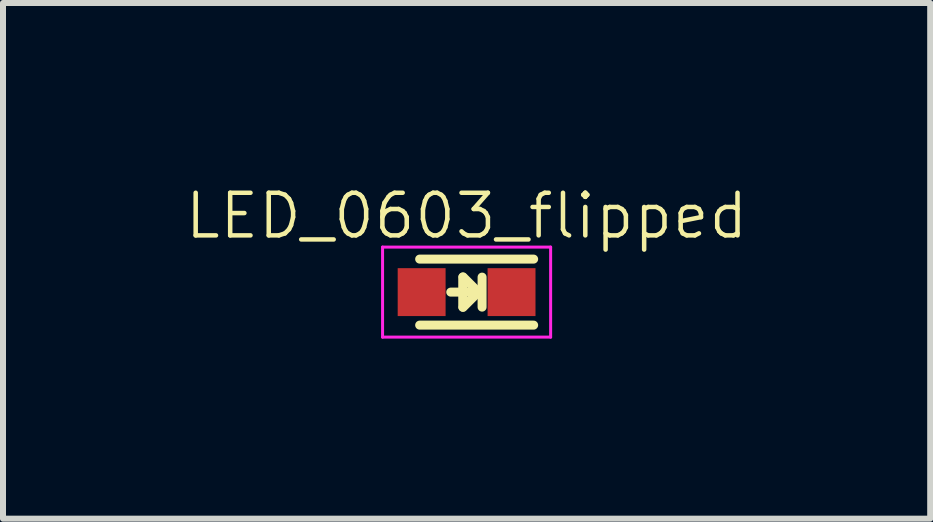
<source format=kicad_pcb>
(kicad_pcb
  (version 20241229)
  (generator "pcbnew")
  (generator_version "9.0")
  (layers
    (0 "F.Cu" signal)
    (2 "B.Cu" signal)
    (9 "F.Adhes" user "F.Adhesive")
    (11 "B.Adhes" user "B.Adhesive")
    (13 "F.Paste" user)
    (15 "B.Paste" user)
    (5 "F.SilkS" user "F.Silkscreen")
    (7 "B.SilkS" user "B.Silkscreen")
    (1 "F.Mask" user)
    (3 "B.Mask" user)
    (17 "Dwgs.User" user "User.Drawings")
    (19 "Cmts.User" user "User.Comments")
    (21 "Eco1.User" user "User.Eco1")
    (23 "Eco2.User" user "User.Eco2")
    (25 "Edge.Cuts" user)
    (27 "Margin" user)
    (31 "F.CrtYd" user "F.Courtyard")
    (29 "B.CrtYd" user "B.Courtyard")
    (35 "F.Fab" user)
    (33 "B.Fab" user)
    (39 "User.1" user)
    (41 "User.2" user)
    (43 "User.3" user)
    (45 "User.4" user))
  (footprint "LED_0603_flipped"
    (layer "F.Cu")
    (at 4.724 1.817)
    (property "Reference" "LED_0603_flipped" (at 0 -1.27 0) (layer "F.SilkS") (effects (font (size 0.71 0.71) (thickness 0.075))))
    (attr smd)
    (fp_line (start -0.782 -0.55) (end 1.117 -0.55) (stroke (width 0.15) (type solid)) (layer "F.SilkS"))
    (fp_line (start -0.782 0.55) (end 1.117 0.55) (stroke (width 0.15) (type solid)) (layer "F.SilkS"))
    (fp_line (start -0.264 0) (end 0.186 0) (stroke (width 0.15) (type solid)) (layer "F.SilkS"))
    (fp_line (start -0.064 -0.25) (end -0.064 0.25) (stroke (width 0.15) (type solid)) (layer "F.SilkS"))
    (fp_line (start -0.059 0.254) (end 0.191 0.004) (stroke (width 0.15) (type solid)) (layer "F.SilkS"))
    (fp_line (start 0.191 -0.004) (end -0.059 -0.254) (stroke (width 0.15) (type solid)) (layer "F.SilkS"))
    (fp_line (start 0.258 -0.25) (end 0.258 0.25) (stroke (width 0.15) (type solid)) (layer "F.SilkS"))
    (fp_line (start -1.4 -0.75) (end 1.4 -0.75) (stroke (width 0.05) (type solid)) (layer "F.CrtYd"))
    (fp_line (start -1.4 0.75) (end -1.4 -0.75) (stroke (width 0.05) (type solid)) (layer "F.CrtYd"))
    (fp_line (start 1.4 -0.75) (end 1.4 0.75) (stroke (width 0.05) (type solid)) (layer "F.CrtYd"))
    (fp_line (start 1.4 0.75) (end -1.4 0.75) (stroke (width 0.05) (type solid)) (layer "F.CrtYd"))
    (pad "1" smd rect (at -0.749 0 180) (size 0.798 0.798) (layers "F.Cu" "F.Mask" "F.Paste"))
    (pad "2" smd rect (at 0.749 0 180) (size 0.798 0.798) (layers "F.Cu" "F.Mask" "F.Paste")))
  (gr_rect
    (start -3 -3)
    (end 12.448 5.592)
    (stroke (width 0.1) (type default))
    (fill no)
    (layer "Edge.Cuts")))
</source>
